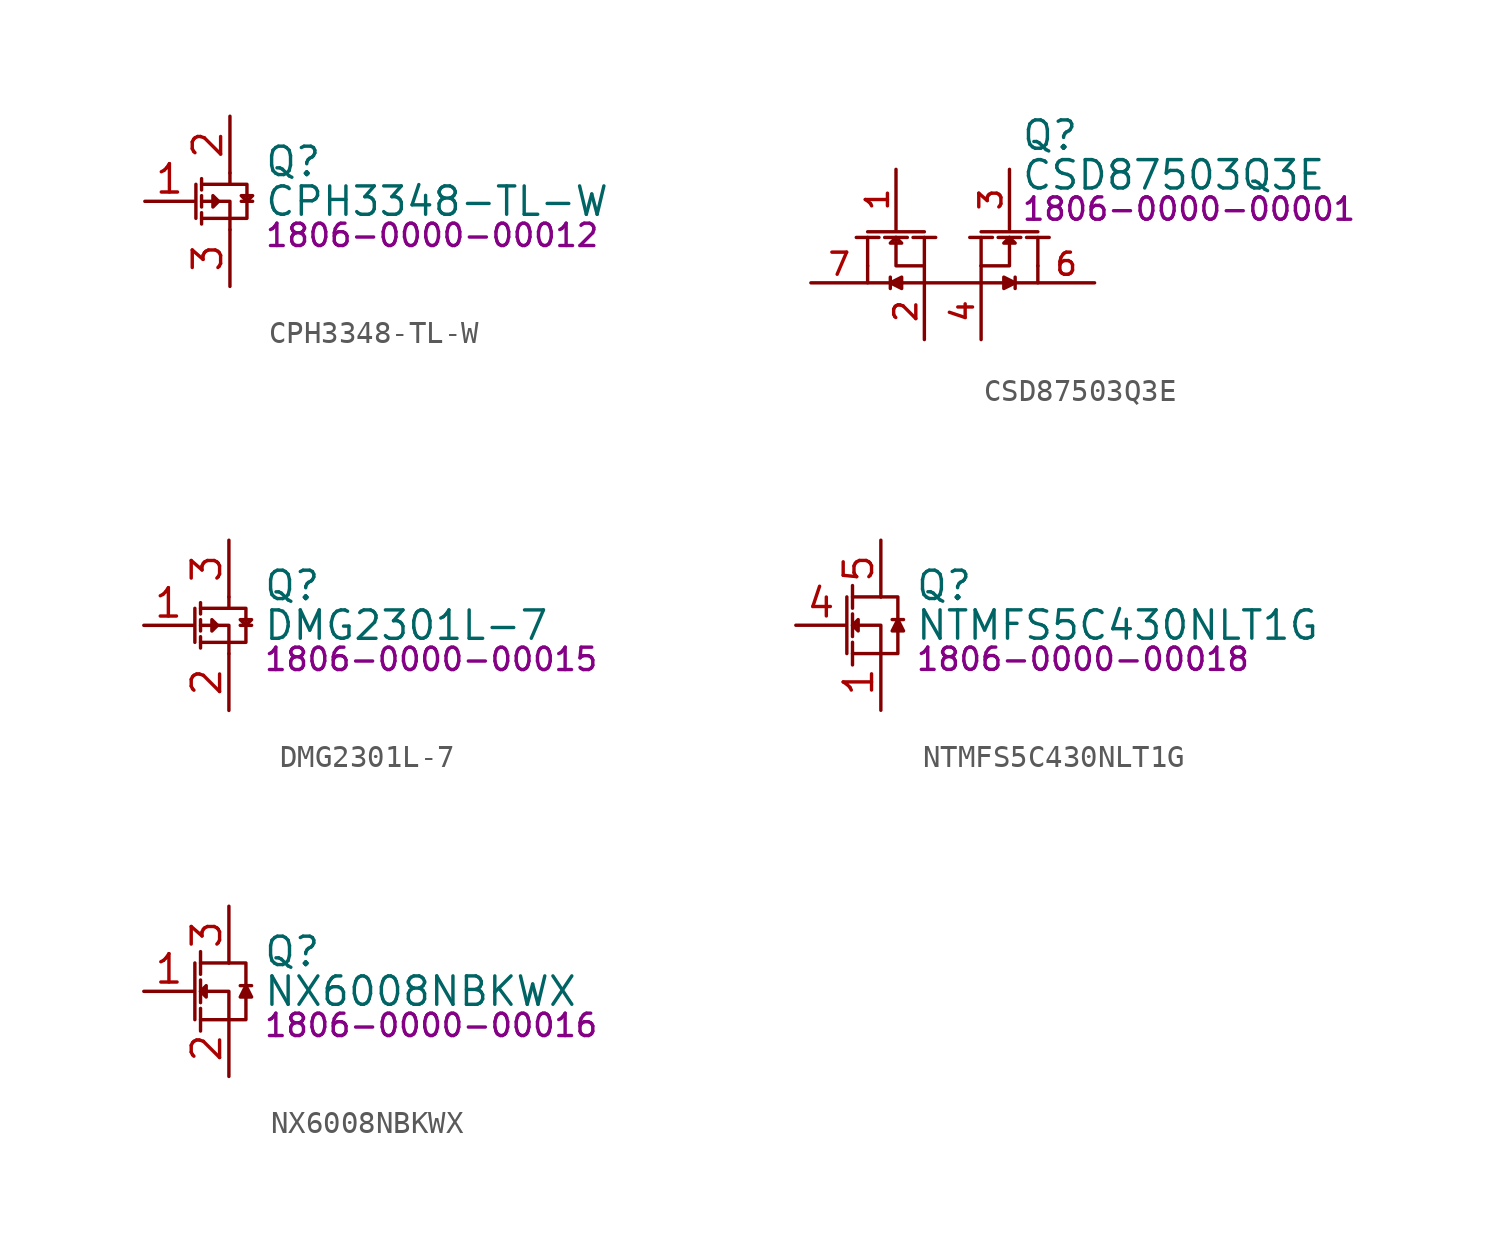
<source format=kicad_sym>
(kicad_symbol_lib
  (version 20231120)
  (generator "kicad_symbol_editor")
  (generator_version "8.0")
  (symbol "CPH3348-TL-W"
    (property "Reference" "Q"
      (at 2.794 1.778 0)
      (effects (font (size 1.27 1.27)) (justify left)))
    (property "Value" "CPH3348-TL-W"
      (at 2.794 0 0)
      (effects (font (size 1.27 1.27)) (justify left)))
    (property "PartNumber" "1806-0000-00012"
      (at 2.794 -1.524 0)
      (effects (font (size 1 1)) (justify left)))
    (symbol "CPH3348-TL-W_0_0"
      (pin bidirectional line (at -2.54 0 0) (length 2.2) (name "G" (effects (font (size 0 0)))) (number "1" (effects (font (size 1.27 1.27)))))
      (pin bidirectional line (at 1.27 3.81 270) (length 2.54) (name "S" (effects (font (size 0 0)))) (number "2" (effects (font (size 1.27 1.27)))))
      (pin bidirectional line (at 1.27 -3.81 90) (length 2.54) (name "D" (effects (font (size 0 0)))) (number "3" (effects (font (size 1.27 1.27))))))
    (symbol "CPH3348-TL-W_0_1"
      (polyline (pts (xy -0.254 0.762) (xy -0.254 -0.762)) (stroke (width 0) (type default)) (fill (type none)))
      (polyline (pts (xy 0 -0.508) (xy 0 -1.016)) (stroke (width 0) (type default)) (fill (type none)))
      (polyline (pts (xy 0 0.254) (xy 0 -0.254)) (stroke (width 0) (type default)) (fill (type none)))
      (polyline (pts (xy 0 0.508) (xy 0 1.016)) (stroke (width 0) (type default)) (fill (type none)))
      (polyline (pts (xy 1.778 0) (xy 2.286 0)) (stroke (width 0) (type default)) (fill (type none)))
      (polyline (pts (xy 0 -0.762) (xy 1.27 -0.762) (xy 1.27 -1.27)) (stroke (width 0) (type default)) (fill (type none)))
      (polyline (pts (xy 0 0) (xy 1.27 0) (xy 1.27 -0.762)) (stroke (width 0) (type default)) (fill (type none)))
      (polyline (pts (xy 0 0.762) (xy 1.27 0.762) (xy 1.27 1.27)) (stroke (width 0) (type default)) (fill (type none)))
      (polyline (pts (xy 0.762 0) (xy 0.508 0.254) (xy 0.508 -0.254) (xy 0.762 0)) (stroke (width 0) (type default)) (fill (type none)))
      (polyline (pts (xy 1.27 0.762) (xy 2.032 0.762) (xy 2.032 -0.762) (xy 1.27 -0.762)) (stroke (width 0) (type default)) (fill (type none)))
      (polyline (pts (xy 2.032 0) (xy 1.778 0.254) (xy 2.286 0.254) (xy 2.032 0)) (stroke (width 0) (type default)) (fill (type none)))))
  (symbol "CSD87503Q3E"
    (property "Reference" "Q"
      (at 8.128 4.064 0)
      (effects (font (size 1.27 1.27)) (justify left)))
    (property "Value" "CSD87503Q3E"
      (at 8.128 2.286 0)
      (effects (font (size 1.27 1.27)) (justify left)))
    (property "PartNumber" "1806-0000-00001"
      (at 8.128 0.762 0)
      (effects (font (size 1 1)) (justify left)))
    (symbol "CSD87503Q3E_0_0"
      (pin passive line (at 3.81 -5.08 90) (length 2.54) (name "S1" (effects (font (size 0 0)))) (number "2" (effects (font (size 0.991 0.991)))))
      (pin passive line (at 6.35 -5.08 90) (length 2.54) (name "S2" (effects (font (size 0 0)))) (number "4" (effects (font (size 0.991 0.991))))))
    (symbol "CSD87503Q3E_0_1"
      (polyline (pts (xy 0.762 -0.508) (xy 1.778 -0.508)) (stroke (width 0) (type default)) (fill (type none)))
      (polyline (pts (xy 2.286 -2.286) (xy 2.286 -2.794)) (stroke (width 0) (type default)) (fill (type none)))
      (polyline (pts (xy 3.048 -0.508) (xy 2.032 -0.508)) (stroke (width 0) (type default)) (fill (type none)))
      (polyline (pts (xy 3.81 -2.54) (xy 6.35 -2.54)) (stroke (width 0) (type default)) (fill (type none)))
      (polyline (pts (xy 3.81 -0.254) (xy 1.27 -0.254)) (stroke (width 0) (type default)) (fill (type none)))
      (polyline (pts (xy 4.318 -0.508) (xy 3.302 -0.508)) (stroke (width 0) (type default)) (fill (type none)))
      (polyline (pts (xy 5.842 -0.508) (xy 6.858 -0.508)) (stroke (width 0) (type default)) (fill (type none)))
      (polyline (pts (xy 6.35 -0.254) (xy 8.89 -0.254)) (stroke (width 0) (type default)) (fill (type none)))
      (polyline (pts (xy 7.112 -0.508) (xy 8.128 -0.508)) (stroke (width 0) (type default)) (fill (type none)))
      (polyline (pts (xy 7.874 -2.286) (xy 7.874 -2.794)) (stroke (width 0) (type default)) (fill (type none)))
      (polyline (pts (xy 9.398 -0.508) (xy 8.382 -0.508)) (stroke (width 0) (type default)) (fill (type none)))
      (polyline (pts (xy 1.27 -0.508) (xy 1.27 -1.778) (xy 1.27 -1.778)) (stroke (width 0) (type default)) (fill (type none)))
      (polyline (pts (xy 3.81 -1.778) (xy 2.54 -1.778) (xy 2.54 -0.508)) (stroke (width 0) (type default)) (fill (type none)))
      (polyline (pts (xy 3.81 -0.508) (xy 3.81 -1.778) (xy 3.81 -1.778)) (stroke (width 0) (type default)) (fill (type none)))
      (polyline (pts (xy 6.35 -1.778) (xy 7.62 -1.778) (xy 7.62 -0.508)) (stroke (width 0) (type default)) (fill (type none)))
      (polyline (pts (xy 6.35 -0.508) (xy 6.35 -1.778) (xy 6.35 -1.778)) (stroke (width 0) (type default)) (fill (type none)))
      (polyline (pts (xy 8.89 -0.508) (xy 8.89 -1.778) (xy 8.89 -1.778)) (stroke (width 0) (type default)) (fill (type none)))
      (polyline (pts (xy 2.286 -2.54) (xy 2.794 -2.286) (xy 2.794 -2.794) (xy 2.286 -2.54)) (stroke (width 0) (type default)) (fill (type outline)))
      (polyline (pts (xy 2.54 -0.508) (xy 2.286 -0.762) (xy 2.794 -0.762) (xy 2.54 -0.508)) (stroke (width 0) (type default)) (fill (type none)))
      (polyline (pts (xy 3.81 -1.778) (xy 3.81 -2.54) (xy 1.27 -2.54) (xy 1.27 -1.778)) (stroke (width 0) (type default)) (fill (type none)))
      (polyline (pts (xy 6.35 -1.778) (xy 6.35 -2.54) (xy 8.89 -2.54) (xy 8.89 -1.778)) (stroke (width 0) (type default)) (fill (type none)))
      (polyline (pts (xy 7.62 -0.508) (xy 7.874 -0.762) (xy 7.366 -0.762) (xy 7.62 -0.508)) (stroke (width 0) (type default)) (fill (type none)))
      (polyline (pts (xy 7.874 -2.54) (xy 7.366 -2.286) (xy 7.366 -2.794) (xy 7.874 -2.54)) (stroke (width 0) (type default)) (fill (type outline))))
    (symbol "CSD87503Q3E_1_0"
      (pin input line (at 2.54 2.54 270) (length 2.7) (name "G1" (effects (font (size 0 0)))) (number "1" (effects (font (size 0.991 0.991)))))
      (pin input line (at 7.62 2.54 270) (length 2.7) (name "G2" (effects (font (size 0 0)))) (number "3" (effects (font (size 0.991 0.991)))))
      (pin passive line (at 11.43 -2.54 180) (length 2.54) (name "D2" (effects (font (size 0 0)))) (number "6" (effects (font (size 0.991 0.991)))))
      (pin passive line (at -1.27 -2.54 0) (length 2.54) (name "D1" (effects (font (size 0 0)))) (number "7" (effects (font (size 0.991 0.991)))))))
  (symbol "DMG2301L-7"
    (property "Reference" "Q"
      (at 1.524 1.778 0)
      (effects (font (size 1.27 1.27)) (justify left)))
    (property "Value" "DMG2301L-7"
      (at 1.524 0 0)
      (effects (font (size 1.27 1.27)) (justify left)))
    (property "PartNumber" "1806-0000-00015"
      (at 1.524 -1.524 0)
      (effects (font (size 1 1)) (justify left)))
    (symbol "DMG2301L-7_0_0"
      (pin bidirectional line (at -3.81 0 0) (length 2.2) (name "G" (effects (font (size 0 0)))) (number "1" (effects (font (size 1.27 1.27))))))
    (symbol "DMG2301L-7_0_1"
      (polyline (pts (xy -1.524 0.762) (xy -1.524 -0.762)) (stroke (width 0) (type default)) (fill (type none)))
      (polyline (pts (xy -1.27 -0.508) (xy -1.27 -1.016)) (stroke (width 0) (type default)) (fill (type none)))
      (polyline (pts (xy -1.27 0.254) (xy -1.27 -0.254)) (stroke (width 0) (type default)) (fill (type none)))
      (polyline (pts (xy -1.27 0.508) (xy -1.27 1.016)) (stroke (width 0) (type default)) (fill (type none)))
      (polyline (pts (xy 0.508 0) (xy 1.016 0)) (stroke (width 0) (type default)) (fill (type none)))
      (polyline (pts (xy -1.27 -0.762) (xy 0 -0.762) (xy 0 -1.27)) (stroke (width 0) (type default)) (fill (type none)))
      (polyline (pts (xy -1.27 0) (xy 0 0) (xy 0 -0.762)) (stroke (width 0) (type default)) (fill (type none)))
      (polyline (pts (xy -1.27 0.762) (xy 0 0.762) (xy 0 1.27)) (stroke (width 0) (type default)) (fill (type none)))
      (polyline (pts (xy -0.508 0) (xy -0.762 0.254) (xy -0.762 -0.254) (xy -0.508 0)) (stroke (width 0) (type default)) (fill (type none)))
      (polyline (pts (xy 0 0.762) (xy 0.762 0.762) (xy 0.762 -0.762) (xy 0 -0.762)) (stroke (width 0) (type default)) (fill (type none)))
      (polyline (pts (xy 0.762 0) (xy 0.508 0.254) (xy 1.016 0.254) (xy 0.762 0)) (stroke (width 0) (type default)) (fill (type none))))
    (symbol "DMG2301L-7_1_0"
      (pin bidirectional line (at 0 -3.81 90) (length 2.54) (name "S" (effects (font (size 0 0)))) (number "2" (effects (font (size 1.27 1.27)))))
      (pin bidirectional line (at 0 3.81 270) (length 2.54) (name "D" (effects (font (size 0 0)))) (number "3" (effects (font (size 1.27 1.27)))))))
  (symbol "NTMFS5C430NLT1G"
    (property "Reference" "Q"
      (at 5.334 1.778 0)
      (effects (font (size 1.27 1.27)) (justify left)))
    (property "Value" "NTMFS5C430NLT1G"
      (at 5.334 0 0)
      (effects (font (size 1.27 1.27)) (justify left)))
    (property "PartNumber" "1806-0000-00018"
      (at 5.334 -1.524 0)
      (effects (font (size 1 1)) (justify left)))
    (symbol "NTMFS5C430NLT1G_0_0"
      (pin bidirectional line (at 3.81 -3.81 90) (length 2.54) (name "S" (effects (font (size 0 0)))) (number "1" (effects (font (size 1.27 1.27)))))
      (pin bidirectional line (at 3.81 -3.81 90) (length 2.54) hide (name "S" (effects (font (size 0 0)))) (number "2" (effects (font (size 1.27 1.27)))))
      (pin bidirectional line (at 3.81 -3.81 90) (length 2.54) hide (name "S" (effects (font (size 0 0)))) (number "3" (effects (font (size 1.27 1.27)))))
      (pin input line (at 0 0 0) (length 2.25) (name "G" (effects (font (size 0 0)))) (number "4" (effects (font (size 1.27 1.27)))))
      (pin bidirectional line (at 3.81 3.81 270) (length 2.54) (name "D" (effects (font (size 0 0)))) (number "5" (effects (font (size 1.27 1.27))))))
    (symbol "NTMFS5C430NLT1G_0_1"
      (polyline (pts (xy 2.286 -1.27) (xy 2.286 1.27)) (stroke (width 0) (type default)) (fill (type none)))
      (polyline (pts (xy 2.54 -1.778) (xy 2.54 -0.762)) (stroke (width 0) (type default)) (fill (type none)))
      (polyline (pts (xy 2.54 -0.508) (xy 2.54 0.508)) (stroke (width 0) (type default)) (fill (type none)))
      (polyline (pts (xy 2.54 1.778) (xy 2.54 0.762)) (stroke (width 0) (type default)) (fill (type none)))
      (polyline (pts (xy 4.318 0.254) (xy 4.826 0.254)) (stroke (width 0) (type default)) (fill (type none)))
      (polyline (pts (xy 2.54 -1.27) (xy 3.81 -1.27) (xy 3.81 -1.27)) (stroke (width 0) (type default)) (fill (type none)))
      (polyline (pts (xy 2.54 1.27) (xy 3.81 1.27) (xy 3.81 1.27)) (stroke (width 0) (type default)) (fill (type none)))
      (polyline (pts (xy 3.81 -1.27) (xy 3.81 0) (xy 2.54 0)) (stroke (width 0) (type default)) (fill (type none)))
      (polyline (pts (xy 2.54 0) (xy 2.794 0.254) (xy 2.794 -0.254) (xy 2.54 0)) (stroke (width 0) (type default)) (fill (type none)))
      (polyline (pts (xy 3.81 -1.27) (xy 4.572 -1.27) (xy 4.572 1.27) (xy 3.81 1.27)) (stroke (width 0) (type default)) (fill (type none)))
      (polyline (pts (xy 4.572 0.254) (xy 4.318 -0.254) (xy 4.826 -0.254) (xy 4.572 0.254)) (stroke (width 0) (type default)) (fill (type outline)))))
  (symbol "NX6008NBKWX"
    (property "Reference" "Q"
      (at 2.794 1.778 0)
      (effects (font (size 1.27 1.27)) (justify left)))
    (property "Value" "NX6008NBKWX"
      (at 2.794 0 0)
      (effects (font (size 1.27 1.27)) (justify left)))
    (property "PartNumber" "1806-0000-00016"
      (at 2.794 -1.524 0)
      (effects (font (size 1 1)) (justify left)))
    (symbol "NX6008NBKWX_0_0"
      (pin input line (at -2.54 0 0) (length 2.25) (name "G" (effects (font (size 0 0)))) (number "1" (effects (font (size 1.27 1.27)))))
      (pin bidirectional line (at 1.27 -3.81 90) (length 2.54) (name "S" (effects (font (size 0 0)))) (number "2" (effects (font (size 1.27 1.27)))))
      (pin bidirectional line (at 1.27 3.81 270) (length 2.54) (name "D" (effects (font (size 0 0)))) (number "3" (effects (font (size 1.27 1.27))))))
    (symbol "NX6008NBKWX_0_1"
      (polyline (pts (xy -0.254 -1.27) (xy -0.254 1.27)) (stroke (width 0) (type default)) (fill (type none)))
      (polyline (pts (xy 0 -1.778) (xy 0 -0.762)) (stroke (width 0) (type default)) (fill (type none)))
      (polyline (pts (xy 0 -0.508) (xy 0 0.508)) (stroke (width 0) (type default)) (fill (type none)))
      (polyline (pts (xy 0 1.778) (xy 0 0.762)) (stroke (width 0) (type default)) (fill (type none)))
      (polyline (pts (xy 1.778 0.254) (xy 2.286 0.254)) (stroke (width 0) (type default)) (fill (type none)))
      (polyline (pts (xy 0 -1.27) (xy 1.27 -1.27) (xy 1.27 -1.27)) (stroke (width 0) (type default)) (fill (type none)))
      (polyline (pts (xy 0 1.27) (xy 1.27 1.27) (xy 1.27 1.27)) (stroke (width 0) (type default)) (fill (type none)))
      (polyline (pts (xy 1.27 -1.27) (xy 1.27 0) (xy 0 0)) (stroke (width 0) (type default)) (fill (type none)))
      (polyline (pts (xy 0 0) (xy 0.254 0.254) (xy 0.254 -0.254) (xy 0 0)) (stroke (width 0) (type default)) (fill (type none)))
      (polyline (pts (xy 1.27 -1.27) (xy 2.032 -1.27) (xy 2.032 1.27) (xy 1.27 1.27)) (stroke (width 0) (type default)) (fill (type none)))
      (polyline (pts (xy 2.032 0.254) (xy 1.778 -0.254) (xy 2.286 -0.254) (xy 2.032 0.254)) (stroke (width 0) (type default)) (fill (type outline))))))
</source>
